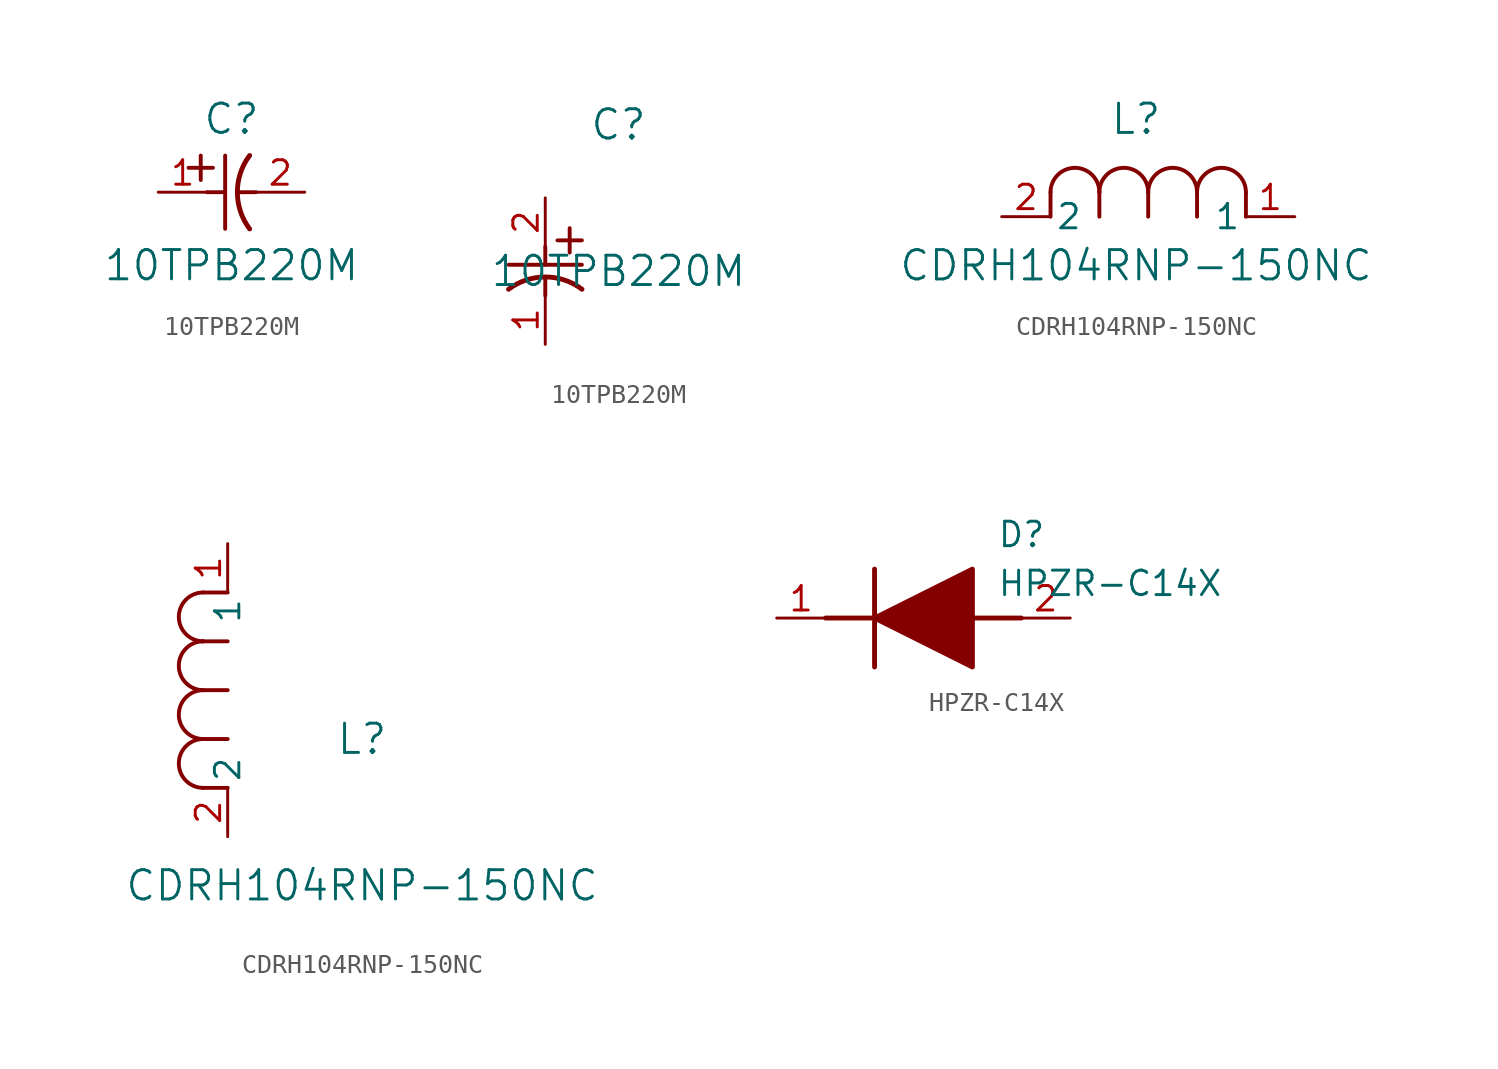
<source format=kicad_sym>
(kicad_symbol_lib
  (version 20231120)
  (generator "kicad_symbol_editor")
  (generator_version "8.0")
  (symbol "10TPB220M"
    (pin_names
      (offset 0.254))
    (property "Reference" "C"
      (at 3.81 3.81 0)
      (effects (font (size 1.524 1.524))))
    (property "Value" "10TPB220M"
      (at 3.81 -3.81 0)
      (effects (font (size 1.524 1.524))))
    (property "ki_locked" ""
      (at 0 0 0)
      (effects (font (size 1.27 1.27))))
    (symbol "10TPB220M_1_1"
      (polyline (pts (xy 1.575 1.27) (xy 2.845 1.27)) (stroke (width 0.203) (type default)) (fill (type none)))
      (polyline (pts (xy 2.21 0.635) (xy 2.21 1.905)) (stroke (width 0.203) (type default)) (fill (type none)))
      (polyline (pts (xy 2.54 0) (xy 3.48 0)) (stroke (width 0.203) (type default)) (fill (type none)))
      (polyline (pts (xy 3.48 -1.905) (xy 3.48 1.905)) (stroke (width 0.203) (type default)) (fill (type none)))
      (polyline (pts (xy 4.115 0) (xy 5.08 0)) (stroke (width 0.203) (type default)) (fill (type none)))
      (arc (start 4.7541 1.9108) (mid 4.1148 0) (end 4.7541 -1.9108) (stroke (width 0.254) (type default)) (fill (type none)))
      (pin unspecified line (at 0 0 0) (length 2.54) (name "" (effects (font (size 1.27 1.27)))) (number "1" (effects (font (size 1.27 1.27)))))
      (pin unspecified line (at 7.62 0 180) (length 2.54) (name "" (effects (font (size 1.27 1.27)))) (number "2" (effects (font (size 1.27 1.27))))))
    (symbol "10TPB220M_1_2"
      (polyline (pts (xy -1.905 -3.48) (xy 1.905 -3.48)) (stroke (width 0.203) (type default)) (fill (type none)))
      (polyline (pts (xy 0 -4.115) (xy 0 -5.08)) (stroke (width 0.203) (type default)) (fill (type none)))
      (polyline (pts (xy 0 -2.54) (xy 0 -3.48)) (stroke (width 0.203) (type default)) (fill (type none)))
      (polyline (pts (xy 0.635 -2.21) (xy 1.905 -2.21)) (stroke (width 0.203) (type default)) (fill (type none)))
      (polyline (pts (xy 1.27 -1.575) (xy 1.27 -2.845)) (stroke (width 0.203) (type default)) (fill (type none)))
      (arc (start 1.9108 -4.7541) (mid 0 -4.1148) (end -1.9108 -4.7541) (stroke (width 0.254) (type default)) (fill (type none)))
      (pin unspecified line (at 0 -7.62 90) (length 2.54) (name "" (effects (font (size 1.27 1.27)))) (number "1" (effects (font (size 1.27 1.27)))))
      (pin unspecified line (at 0 0 270) (length 2.54) (name "" (effects (font (size 1.27 1.27)))) (number "2" (effects (font (size 1.27 1.27)))))))
  (symbol "CDRH104RNP-150NC"
    (pin_names
      (offset 0.254))
    (property "Reference" "L"
      (at 6.985 5.08 0)
      (effects (font (size 1.524 1.524))))
    (property "Value" "CDRH104RNP-150NC"
      (at 6.985 -2.54 0)
      (effects (font (size 1.524 1.524))))
    (property "ki_locked" ""
      (at 0 0 0)
      (effects (font (size 1.27 1.27))))
    (symbol "CDRH104RNP-150NC_1_1"
      (polyline (pts (xy 2.54 0) (xy 2.54 1.27)) (stroke (width 0.203) (type default)) (fill (type none)))
      (polyline (pts (xy 5.08 0) (xy 5.08 1.27)) (stroke (width 0.203) (type default)) (fill (type none)))
      (polyline (pts (xy 7.62 0) (xy 7.62 1.27)) (stroke (width 0.203) (type default)) (fill (type none)))
      (polyline (pts (xy 10.16 0) (xy 10.16 1.27)) (stroke (width 0.203) (type default)) (fill (type none)))
      (polyline (pts (xy 12.7 0) (xy 12.7 1.27)) (stroke (width 0.203) (type default)) (fill (type none)))
      (arc (start 5.08 1.27) (mid 3.81 2.5344) (end 2.54 1.27) (stroke (width 0.2032) (type default)) (fill (type none)))
      (arc (start 7.62 1.27) (mid 6.35 2.5344) (end 5.08 1.27) (stroke (width 0.2032) (type default)) (fill (type none)))
      (arc (start 10.16 1.27) (mid 8.89 2.5344) (end 7.62 1.27) (stroke (width 0.2032) (type default)) (fill (type none)))
      (arc (start 12.7 1.27) (mid 11.43 2.5344) (end 10.16 1.27) (stroke (width 0.2032) (type default)) (fill (type none)))
      (pin unspecified line (at 15.24 0 180) (length 2.54) (name "1" (effects (font (size 1.27 1.27)))) (number "1" (effects (font (size 1.27 1.27)))))
      (pin unspecified line (at 0 0 0) (length 2.54) (name "2" (effects (font (size 1.27 1.27)))) (number "2" (effects (font (size 1.27 1.27))))))
    (symbol "CDRH104RNP-150NC_1_2"
      (arc (start -1.27 5.08) (mid -2.5344 3.81) (end -1.27 2.54) (stroke (width 0.2032) (type default)) (fill (type none)))
      (arc (start -1.27 7.62) (mid -2.5344 6.35) (end -1.27 5.08) (stroke (width 0.2032) (type default)) (fill (type none)))
      (arc (start -1.27 10.16) (mid -2.5344 8.89) (end -1.27 7.62) (stroke (width 0.2032) (type default)) (fill (type none)))
      (arc (start -1.27 12.7) (mid -2.5344 11.43) (end -1.27 10.16) (stroke (width 0.2032) (type default)) (fill (type none)))
      (polyline (pts (xy 0 2.54) (xy -1.27 2.54)) (stroke (width 0.203) (type default)) (fill (type none)))
      (polyline (pts (xy 0 5.08) (xy -1.27 5.08)) (stroke (width 0.203) (type default)) (fill (type none)))
      (polyline (pts (xy 0 7.62) (xy -1.27 7.62)) (stroke (width 0.203) (type default)) (fill (type none)))
      (polyline (pts (xy 0 10.16) (xy -1.27 10.16)) (stroke (width 0.203) (type default)) (fill (type none)))
      (polyline (pts (xy 0 12.7) (xy -1.27 12.7)) (stroke (width 0.203) (type default)) (fill (type none)))
      (pin unspecified line (at 0 15.24 270) (length 2.54) (name "1" (effects (font (size 1.27 1.27)))) (number "1" (effects (font (size 1.27 1.27)))))
      (pin unspecified line (at 0 0 90) (length 2.54) (name "2" (effects (font (size 1.27 1.27)))) (number "2" (effects (font (size 1.27 1.27)))))))
  (symbol "HPZR-C14X"
    (pin_names hide)
    (property "Reference" "D"
      (at 11.43 5.08 0)
      (effects (font (size 1.27 1.27)) (justify left top)))
    (property "Value" "HPZR-C14X"
      (at 11.43 2.54 0)
      (effects (font (size 1.27 1.27)) (justify left top)))
    (symbol "HPZR-C14X_1_1"
      (polyline (pts (xy 2.54 0) (xy 5.08 0)) (stroke (width 0.254) (type default)) (fill (type none)))
      (polyline (pts (xy 5.08 2.54) (xy 5.08 -2.54)) (stroke (width 0.254) (type default)) (fill (type none)))
      (polyline (pts (xy 10.16 0) (xy 12.7 0)) (stroke (width 0.254) (type default)) (fill (type none)))
      (polyline (pts (xy 5.08 0) (xy 10.16 2.54) (xy 10.16 -2.54) (xy 5.08 0)) (stroke (width 0.254) (type default)) (fill (type outline)))
      (pin passive line (at 0 0 0) (length 2.54) (name "K" (effects (font (size 1.27 1.27)))) (number "1" (effects (font (size 1.27 1.27)))))
      (pin passive line (at 15.24 0 180) (length 2.54) (name "A" (effects (font (size 1.27 1.27)))) (number "2" (effects (font (size 1.27 1.27))))))))
</source>
